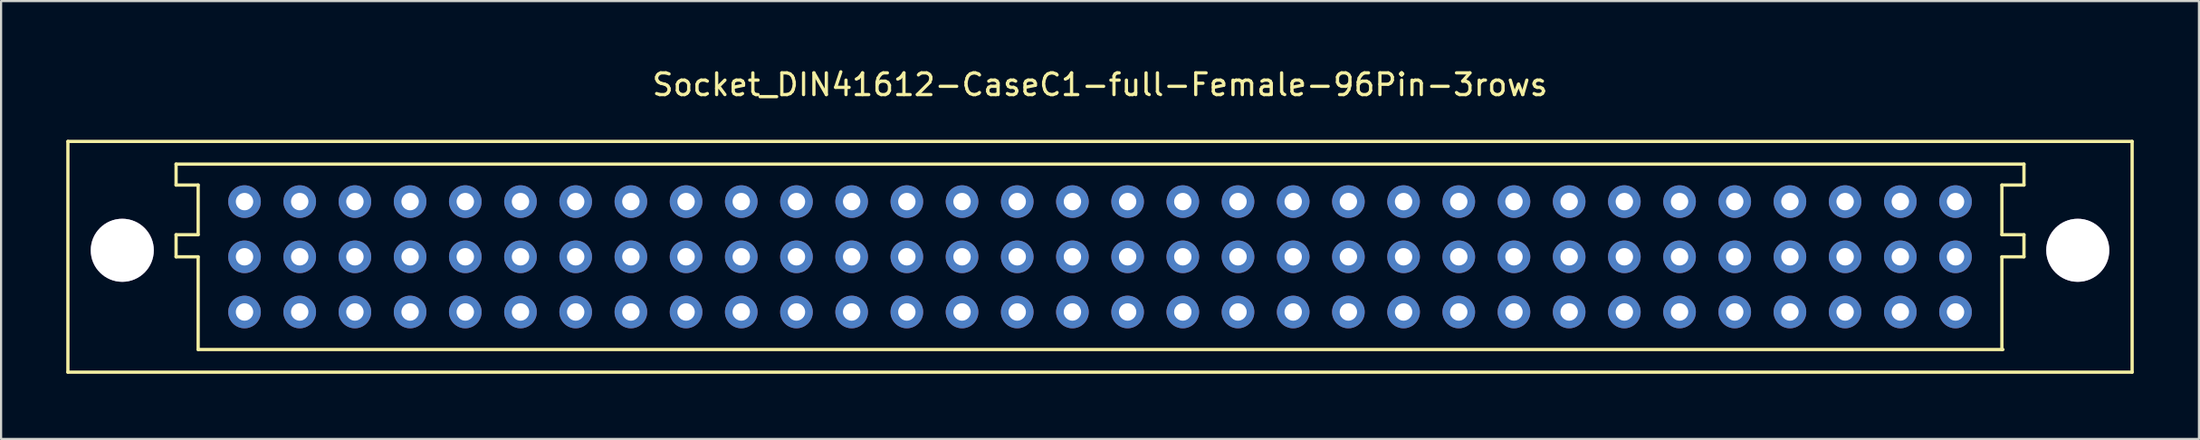
<source format=kicad_pcb>
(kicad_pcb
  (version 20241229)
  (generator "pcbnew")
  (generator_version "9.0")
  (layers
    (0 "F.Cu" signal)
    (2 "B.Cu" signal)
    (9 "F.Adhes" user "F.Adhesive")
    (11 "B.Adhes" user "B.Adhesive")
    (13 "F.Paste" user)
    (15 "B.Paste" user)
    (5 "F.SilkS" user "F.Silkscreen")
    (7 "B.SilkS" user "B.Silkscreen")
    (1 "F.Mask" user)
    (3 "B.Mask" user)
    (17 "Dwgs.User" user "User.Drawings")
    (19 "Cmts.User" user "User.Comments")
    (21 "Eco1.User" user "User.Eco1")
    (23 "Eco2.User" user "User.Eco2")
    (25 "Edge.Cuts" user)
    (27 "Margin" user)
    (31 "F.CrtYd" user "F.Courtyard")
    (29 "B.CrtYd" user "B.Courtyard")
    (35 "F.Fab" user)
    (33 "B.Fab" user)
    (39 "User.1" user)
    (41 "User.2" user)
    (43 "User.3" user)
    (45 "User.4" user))
  (footprint "Socket_DIN41612-CaseC1-full-Female-96Pin-3rows"
    (layer "F.Cu")
    (at 47.573 8.468)
    (property "Reference" "Socket_DIN41612-CaseC1-full-Female-96Pin-3rows" (at 0 -7.62 0) (layer "F.SilkS") (effects (font (size 1 1) (thickness 0.15))))
    (attr through_hole)
    (fp_line (start -47.498 -5.009) (end -47.498 5.609) (stroke (width 0.15) (type solid)) (layer "F.SilkS"))
    (fp_line (start -47.498 5.609) (end 47.498 5.609) (stroke (width 0.15) (type solid)) (layer "F.SilkS"))
    (fp_line (start -42.52 -3.002) (end -42.52 -3.967) (stroke (width 0.15) (type solid)) (layer "F.SilkS"))
    (fp_line (start -42.52 -0.716) (end -41.504 -0.716) (stroke (width 0.15) (type solid)) (layer "F.SilkS"))
    (fp_line (start -42.52 0.3) (end -42.52 -0.716) (stroke (width 0.15) (type solid)) (layer "F.SilkS"))
    (fp_line (start -41.504 -3.002) (end -42.52 -3.002) (stroke (width 0.15) (type solid)) (layer "F.SilkS"))
    (fp_line (start -41.504 -0.716) (end -41.504 -3.002) (stroke (width 0.15) (type solid)) (layer "F.SilkS"))
    (fp_line (start -41.504 0.3) (end -42.52 0.3) (stroke (width 0.15) (type solid)) (layer "F.SilkS"))
    (fp_line (start -41.504 4.567) (end -41.504 0.3) (stroke (width 0.15) (type solid)) (layer "F.SilkS"))
    (fp_line (start -41.504 4.567) (end 41.554 4.567) (stroke (width 0.15) (type solid)) (layer "F.SilkS"))
    (fp_line (start 41.504 -3.002) (end 42.52 -3.002) (stroke (width 0.15) (type solid)) (layer "F.SilkS"))
    (fp_line (start 41.504 -0.716) (end 41.504 -3.002) (stroke (width 0.15) (type solid)) (layer "F.SilkS"))
    (fp_line (start 41.504 0.3) (end 42.52 0.3) (stroke (width 0.15) (type solid)) (layer "F.SilkS"))
    (fp_line (start 41.504 4.567) (end 41.504 0.3) (stroke (width 0.15) (type solid)) (layer "F.SilkS"))
    (fp_line (start 42.52 -3.967) (end -42.52 -3.967) (stroke (width 0.15) (type solid)) (layer "F.SilkS"))
    (fp_line (start 42.52 -3.002) (end 42.52 -3.967) (stroke (width 0.15) (type solid)) (layer "F.SilkS"))
    (fp_line (start 42.52 -0.716) (end 41.504 -0.716) (stroke (width 0.15) (type solid)) (layer "F.SilkS"))
    (fp_line (start 42.52 0.3) (end 42.52 -0.716) (stroke (width 0.15) (type solid)) (layer "F.SilkS"))
    (fp_line (start 47.498 -5.009) (end -47.498 -5.009) (stroke (width 0.15) (type solid)) (layer "F.SilkS"))
    (fp_line (start 47.498 5.609) (end 47.498 -5.009) (stroke (width 0.15) (type solid)) (layer "F.SilkS"))
    (pad "1" thru_hole circle (at -44.996 0) (size 2.901 2.901) (drill 2.901) (layers "*.Cu" "*.Mask"))
    (pad "1" thru_hole circle (at 44.996 0) (size 2.901 2.901) (drill 2.901) (layers "*.Cu" "*.Mask"))
    (pad "A1" thru_hole circle (at 39.37 -2.24 180) (size 1.501 1.501) (drill 0.8) (layers "*.Cu" "*.Mask"))
    (pad "A2" thru_hole circle (at 36.83 -2.24 180) (size 1.501 1.501) (drill 0.8) (layers "*.Cu" "*.Mask"))
    (pad "A3" thru_hole circle (at 34.29 -2.24 180) (size 1.501 1.501) (drill 0.8) (layers "*.Cu" "*.Mask"))
    (pad "A4" thru_hole circle (at 31.75 -2.24 180) (size 1.501 1.501) (drill 0.8) (layers "*.Cu" "*.Mask"))
    (pad "A5" thru_hole circle (at 29.21 -2.24 180) (size 1.501 1.501) (drill 0.8) (layers "*.Cu" "*.Mask"))
    (pad "A6" thru_hole circle (at 26.67 -2.24 180) (size 1.501 1.501) (drill 0.8) (layers "*.Cu" "*.Mask"))
    (pad "A7" thru_hole circle (at 24.13 -2.24 180) (size 1.501 1.501) (drill 0.8) (layers "*.Cu" "*.Mask"))
    (pad "A8" thru_hole circle (at 21.59 -2.24 180) (size 1.501 1.501) (drill 0.8) (layers "*.Cu" "*.Mask"))
    (pad "A9" thru_hole circle (at 19.05 -2.24 180) (size 1.501 1.501) (drill 0.8) (layers "*.Cu" "*.Mask"))
    (pad "A10" thru_hole circle (at 16.51 -2.24 180) (size 1.501 1.501) (drill 0.8) (layers "*.Cu" "*.Mask"))
    (pad "A11" thru_hole circle (at 13.97 -2.24 180) (size 1.501 1.501) (drill 0.8) (layers "*.Cu" "*.Mask"))
    (pad "A12" thru_hole circle (at 11.43 -2.24 180) (size 1.501 1.501) (drill 0.8) (layers "*.Cu" "*.Mask"))
    (pad "A13" thru_hole circle (at 8.89 -2.24 180) (size 1.501 1.501) (drill 0.8) (layers "*.Cu" "*.Mask"))
    (pad "A14" thru_hole circle (at 6.35 -2.24 180) (size 1.501 1.501) (drill 0.8) (layers "*.Cu" "*.Mask"))
    (pad "A15" thru_hole circle (at 3.81 -2.24 180) (size 1.501 1.501) (drill 0.8) (layers "*.Cu" "*.Mask"))
    (pad "A16" thru_hole circle (at 1.27 -2.24 180) (size 1.501 1.501) (drill 0.8) (layers "*.Cu" "*.Mask"))
    (pad "A17" thru_hole circle (at -1.27 -2.24 180) (size 1.501 1.501) (drill 0.8) (layers "*.Cu" "*.Mask"))
    (pad "A18" thru_hole circle (at -3.81 -2.24 180) (size 1.501 1.501) (drill 0.8) (layers "*.Cu" "*.Mask"))
    (pad "A19" thru_hole circle (at -6.35 -2.24 180) (size 1.501 1.501) (drill 0.8) (layers "*.Cu" "*.Mask"))
    (pad "A20" thru_hole circle (at -8.89 -2.24 180) (size 1.501 1.501) (drill 0.8) (layers "*.Cu" "*.Mask"))
    (pad "A21" thru_hole circle (at -11.43 -2.24 180) (size 1.501 1.501) (drill 0.8) (layers "*.Cu" "*.Mask"))
    (pad "A22" thru_hole circle (at -13.97 -2.24 180) (size 1.501 1.501) (drill 0.8) (layers "*.Cu" "*.Mask"))
    (pad "A23" thru_hole circle (at -16.51 -2.24 180) (size 1.501 1.501) (drill 0.8) (layers "*.Cu" "*.Mask"))
    (pad "A24" thru_hole circle (at -19.05 -2.24 180) (size 1.501 1.501) (drill 0.8) (layers "*.Cu" "*.Mask"))
    (pad "A25" thru_hole circle (at -21.59 -2.24 180) (size 1.501 1.501) (drill 0.8) (layers "*.Cu" "*.Mask"))
    (pad "A26" thru_hole circle (at -24.13 -2.24 180) (size 1.501 1.501) (drill 0.8) (layers "*.Cu" "*.Mask"))
    (pad "A27" thru_hole circle (at -26.67 -2.24 180) (size 1.501 1.501) (drill 0.8) (layers "*.Cu" "*.Mask"))
    (pad "A28" thru_hole circle (at -29.21 -2.24 180) (size 1.501 1.501) (drill 0.8) (layers "*.Cu" "*.Mask"))
    (pad "A29" thru_hole circle (at -31.75 -2.24 180) (size 1.501 1.501) (drill 0.8) (layers "*.Cu" "*.Mask"))
    (pad "A30" thru_hole circle (at -34.29 -2.24 180) (size 1.501 1.501) (drill 0.8) (layers "*.Cu" "*.Mask"))
    (pad "A31" thru_hole circle (at -36.83 -2.24 180) (size 1.501 1.501) (drill 0.8) (layers "*.Cu" "*.Mask"))
    (pad "A32" thru_hole circle (at -39.37 -2.24 180) (size 1.501 1.501) (drill 0.8) (layers "*.Cu" "*.Mask"))
    (pad "B1" thru_hole circle (at 39.37 0.3 180) (size 1.501 1.501) (drill 0.8) (layers "*.Cu" "*.Mask"))
    (pad "B2" thru_hole circle (at 36.83 0.3 180) (size 1.501 1.501) (drill 0.8) (layers "*.Cu" "*.Mask"))
    (pad "B3" thru_hole circle (at 34.29 0.3 180) (size 1.501 1.501) (drill 0.8) (layers "*.Cu" "*.Mask"))
    (pad "B4" thru_hole circle (at 31.75 0.3 180) (size 1.501 1.501) (drill 0.8) (layers "*.Cu" "*.Mask"))
    (pad "B5" thru_hole circle (at 29.21 0.3 180) (size 1.501 1.501) (drill 0.8) (layers "*.Cu" "*.Mask"))
    (pad "B6" thru_hole circle (at 26.67 0.3 180) (size 1.501 1.501) (drill 0.8) (layers "*.Cu" "*.Mask"))
    (pad "B7" thru_hole circle (at 24.13 0.3 180) (size 1.501 1.501) (drill 0.8) (layers "*.Cu" "*.Mask"))
    (pad "B8" thru_hole circle (at 21.59 0.3 180) (size 1.501 1.501) (drill 0.8) (layers "*.Cu" "*.Mask"))
    (pad "B9" thru_hole circle (at 19.05 0.3 180) (size 1.501 1.501) (drill 0.8) (layers "*.Cu" "*.Mask"))
    (pad "B10" thru_hole circle (at 16.51 0.3 180) (size 1.501 1.501) (drill 0.8) (layers "*.Cu" "*.Mask"))
    (pad "B11" thru_hole circle (at 13.97 0.3 180) (size 1.501 1.501) (drill 0.8) (layers "*.Cu" "*.Mask"))
    (pad "B12" thru_hole circle (at 11.43 0.3 180) (size 1.501 1.501) (drill 0.8) (layers "*.Cu" "*.Mask"))
    (pad "B13" thru_hole circle (at 8.89 0.3 180) (size 1.501 1.501) (drill 0.8) (layers "*.Cu" "*.Mask"))
    (pad "B14" thru_hole circle (at 6.35 0.3 180) (size 1.501 1.501) (drill 0.8) (layers "*.Cu" "*.Mask"))
    (pad "B15" thru_hole circle (at 3.81 0.3 180) (size 1.501 1.501) (drill 0.8) (layers "*.Cu" "*.Mask"))
    (pad "B16" thru_hole circle (at 1.27 0.3 180) (size 1.501 1.501) (drill 0.8) (layers "*.Cu" "*.Mask"))
    (pad "B17" thru_hole circle (at -1.27 0.3 180) (size 1.501 1.501) (drill 0.8) (layers "*.Cu" "*.Mask"))
    (pad "B18" thru_hole circle (at -3.81 0.3 180) (size 1.501 1.501) (drill 0.8) (layers "*.Cu" "*.Mask"))
    (pad "B19" thru_hole circle (at -6.35 0.3 180) (size 1.501 1.501) (drill 0.8) (layers "*.Cu" "*.Mask"))
    (pad "B20" thru_hole circle (at -8.89 0.3 180) (size 1.501 1.501) (drill 0.8) (layers "*.Cu" "*.Mask"))
    (pad "B21" thru_hole circle (at -11.43 0.3 180) (size 1.501 1.501) (drill 0.8) (layers "*.Cu" "*.Mask"))
    (pad "B22" thru_hole circle (at -13.97 0.3 180) (size 1.501 1.501) (drill 0.8) (layers "*.Cu" "*.Mask"))
    (pad "B23" thru_hole circle (at -16.51 0.3 180) (size 1.501 1.501) (drill 0.8) (layers "*.Cu" "*.Mask"))
    (pad "B24" thru_hole circle (at -19.05 0.3 180) (size 1.501 1.501) (drill 0.8) (layers "*.Cu" "*.Mask"))
    (pad "B25" thru_hole circle (at -21.59 0.3 180) (size 1.501 1.501) (drill 0.8) (layers "*.Cu" "*.Mask"))
    (pad "B26" thru_hole circle (at -24.13 0.3 180) (size 1.501 1.501) (drill 0.8) (layers "*.Cu" "*.Mask"))
    (pad "B27" thru_hole circle (at -26.67 0.3 180) (size 1.501 1.501) (drill 0.8) (layers "*.Cu" "*.Mask"))
    (pad "B28" thru_hole circle (at -29.21 0.3 180) (size 1.501 1.501) (drill 0.8) (layers "*.Cu" "*.Mask"))
    (pad "B29" thru_hole circle (at -31.75 0.3 180) (size 1.501 1.501) (drill 0.8) (layers "*.Cu" "*.Mask"))
    (pad "B30" thru_hole circle (at -34.29 0.3 180) (size 1.501 1.501) (drill 0.8) (layers "*.Cu" "*.Mask"))
    (pad "B31" thru_hole circle (at -36.83 0.3 180) (size 1.501 1.501) (drill 0.8) (layers "*.Cu" "*.Mask"))
    (pad "B32" thru_hole circle (at -39.37 0.3 180) (size 1.501 1.501) (drill 0.8) (layers "*.Cu" "*.Mask"))
    (pad "C1" thru_hole circle (at 39.37 2.84 180) (size 1.501 1.501) (drill 0.8) (layers "*.Cu" "*.Mask"))
    (pad "C2" thru_hole circle (at 36.83 2.84 180) (size 1.501 1.501) (drill 0.8) (layers "*.Cu" "*.Mask"))
    (pad "C3" thru_hole circle (at 34.29 2.84 180) (size 1.501 1.501) (drill 0.8) (layers "*.Cu" "*.Mask"))
    (pad "C4" thru_hole circle (at 31.75 2.84 180) (size 1.501 1.501) (drill 0.8) (layers "*.Cu" "*.Mask"))
    (pad "C5" thru_hole circle (at 29.21 2.84 180) (size 1.501 1.501) (drill 0.8) (layers "*.Cu" "*.Mask"))
    (pad "C6" thru_hole circle (at 26.67 2.84 180) (size 1.501 1.501) (drill 0.8) (layers "*.Cu" "*.Mask"))
    (pad "C7" thru_hole circle (at 24.13 2.84 180) (size 1.501 1.501) (drill 0.8) (layers "*.Cu" "*.Mask"))
    (pad "C8" thru_hole circle (at 21.59 2.84 180) (size 1.501 1.501) (drill 0.8) (layers "*.Cu" "*.Mask"))
    (pad "C9" thru_hole circle (at 19.05 2.84 180) (size 1.501 1.501) (drill 0.8) (layers "*.Cu" "*.Mask"))
    (pad "C10" thru_hole circle (at 16.51 2.84 180) (size 1.501 1.501) (drill 0.8) (layers "*.Cu" "*.Mask"))
    (pad "C11" thru_hole circle (at 13.97 2.84 180) (size 1.501 1.501) (drill 0.8) (layers "*.Cu" "*.Mask"))
    (pad "C12" thru_hole circle (at 11.43 2.84 180) (size 1.501 1.501) (drill 0.8) (layers "*.Cu" "*.Mask"))
    (pad "C13" thru_hole circle (at 8.89 2.84 180) (size 1.501 1.501) (drill 0.8) (layers "*.Cu" "*.Mask"))
    (pad "C14" thru_hole circle (at 6.35 2.84 180) (size 1.501 1.501) (drill 0.8) (layers "*.Cu" "*.Mask"))
    (pad "C15" thru_hole circle (at 3.81 2.84 180) (size 1.501 1.501) (drill 0.8) (layers "*.Cu" "*.Mask"))
    (pad "C16" thru_hole circle (at 1.27 2.84 180) (size 1.501 1.501) (drill 0.8) (layers "*.Cu" "*.Mask"))
    (pad "C17" thru_hole circle (at -1.27 2.84 180) (size 1.501 1.501) (drill 0.8) (layers "*.Cu" "*.Mask"))
    (pad "C18" thru_hole circle (at -3.81 2.84 180) (size 1.501 1.501) (drill 0.8) (layers "*.Cu" "*.Mask"))
    (pad "C19" thru_hole circle (at -6.35 2.84 180) (size 1.501 1.501) (drill 0.8) (layers "*.Cu" "*.Mask"))
    (pad "C20" thru_hole circle (at -8.89 2.84 180) (size 1.501 1.501) (drill 0.8) (layers "*.Cu" "*.Mask"))
    (pad "C21" thru_hole circle (at -11.43 2.84 180) (size 1.501 1.501) (drill 0.8) (layers "*.Cu" "*.Mask"))
    (pad "C22" thru_hole circle (at -13.97 2.84 180) (size 1.501 1.501) (drill 0.8) (layers "*.Cu" "*.Mask"))
    (pad "C23" thru_hole circle (at -16.51 2.84 180) (size 1.501 1.501) (drill 0.8) (layers "*.Cu" "*.Mask"))
    (pad "C24" thru_hole circle (at -19.05 2.84 180) (size 1.501 1.501) (drill 0.8) (layers "*.Cu" "*.Mask"))
    (pad "C25" thru_hole circle (at -21.59 2.84 180) (size 1.501 1.501) (drill 0.8) (layers "*.Cu" "*.Mask"))
    (pad "C26" thru_hole circle (at -24.13 2.84 180) (size 1.501 1.501) (drill 0.8) (layers "*.Cu" "*.Mask"))
    (pad "C27" thru_hole circle (at -26.67 2.84 180) (size 1.501 1.501) (drill 0.8) (layers "*.Cu" "*.Mask"))
    (pad "C28" thru_hole circle (at -29.21 2.84 180) (size 1.501 1.501) (drill 0.8) (layers "*.Cu" "*.Mask"))
    (pad "C29" thru_hole circle (at -31.75 2.84 180) (size 1.501 1.501) (drill 0.8) (layers "*.Cu" "*.Mask"))
    (pad "C30" thru_hole circle (at -34.29 2.84 180) (size 1.501 1.501) (drill 0.8) (layers "*.Cu" "*.Mask"))
    (pad "C31" thru_hole circle (at -36.83 2.84 180) (size 1.501 1.501) (drill 0.8) (layers "*.Cu" "*.Mask"))
    (pad "C32" thru_hole circle (at -39.37 2.84 180) (size 1.501 1.501) (drill 0.8) (layers "*.Cu" "*.Mask")))
  (gr_rect
    (start -3 -3)
    (end 98.146 17.152)
    (stroke (width 0.1) (type default))
    (fill no)
    (layer "Edge.Cuts")))
</source>
